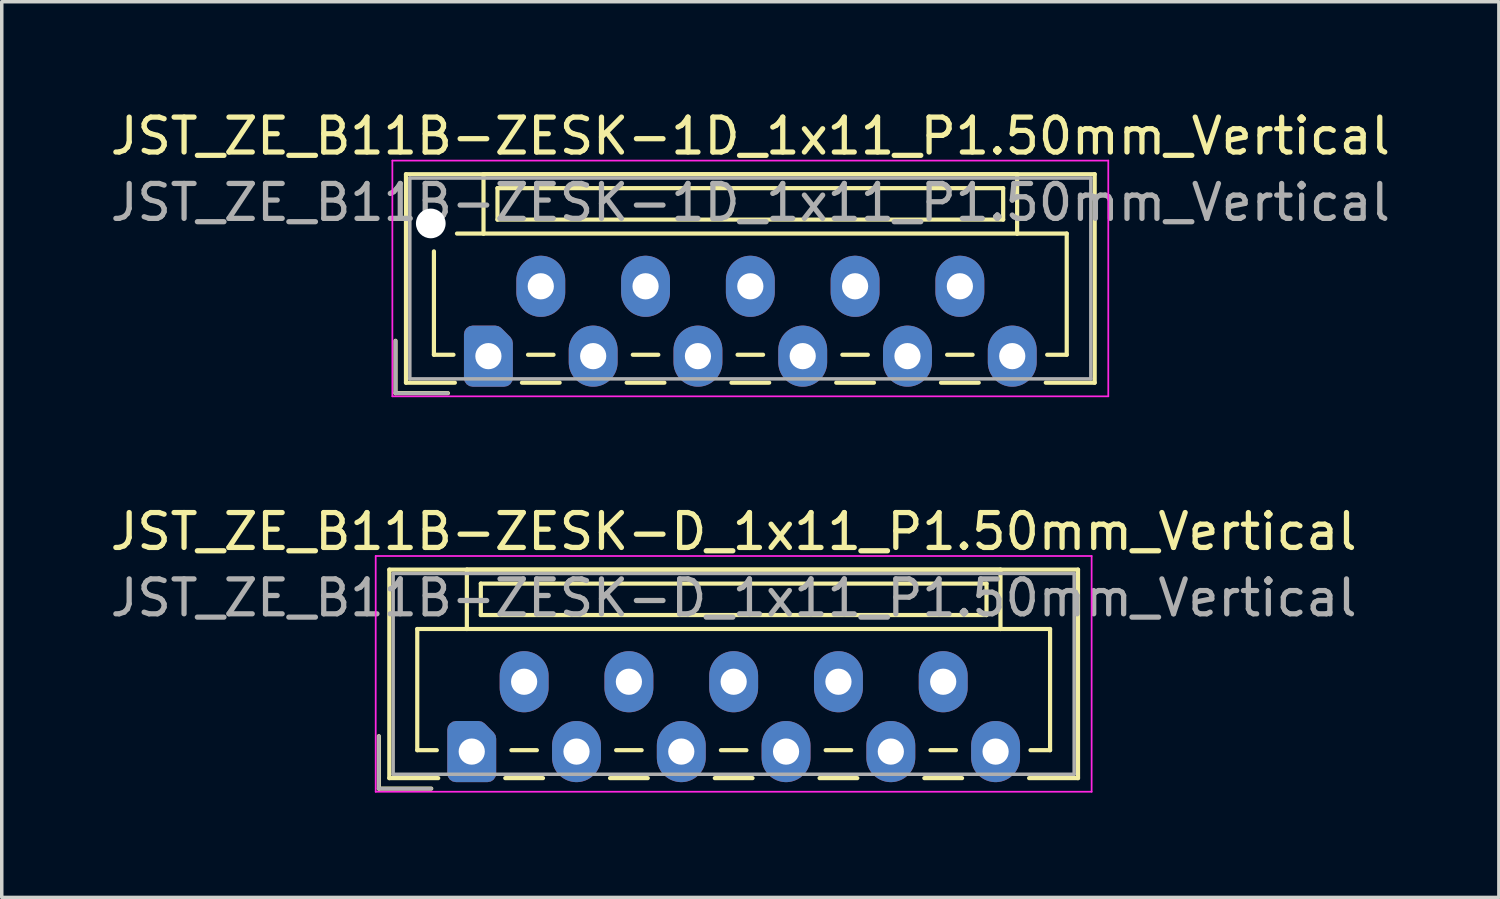
<source format=kicad_pcb>
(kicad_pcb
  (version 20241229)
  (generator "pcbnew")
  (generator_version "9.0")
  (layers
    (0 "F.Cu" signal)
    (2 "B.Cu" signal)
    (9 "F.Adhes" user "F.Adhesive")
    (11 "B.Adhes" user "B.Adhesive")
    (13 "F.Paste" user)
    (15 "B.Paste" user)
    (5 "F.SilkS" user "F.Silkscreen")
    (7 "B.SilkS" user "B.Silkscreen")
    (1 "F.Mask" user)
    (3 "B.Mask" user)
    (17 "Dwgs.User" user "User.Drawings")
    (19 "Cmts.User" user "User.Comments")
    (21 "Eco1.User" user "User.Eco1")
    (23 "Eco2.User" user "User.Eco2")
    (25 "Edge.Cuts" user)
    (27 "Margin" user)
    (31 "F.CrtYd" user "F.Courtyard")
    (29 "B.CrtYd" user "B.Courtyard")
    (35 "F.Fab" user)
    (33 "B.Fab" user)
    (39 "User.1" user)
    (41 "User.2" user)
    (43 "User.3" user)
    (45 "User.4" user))
  (footprint "JST_ZE_B11B-ZESK-1D_1x11_P1.50mm_Vertical"
    (layer "F.Cu")
    (at 10.935 7.148)
    (property "Reference" "JST_ZE_B11B-ZESK-1D_1x11_P1.50mm_Vertical" (at 7.5 -6.3 0) (layer "F.SilkS") (effects (font (size 1 1) (thickness 0.15))))
    (attr through_hole)
    (fp_line (start -2.66 -0.44) (end -2.66 1.06) (stroke (width 0.12) (type solid)) (layer "F.SilkS"))
    (fp_line (start -2.66 1.06) (end -1.16 1.06) (stroke (width 0.12) (type solid)) (layer "F.SilkS"))
    (fp_line (start -2.36 -5.21) (end 17.36 -5.21) (stroke (width 0.12) (type solid)) (layer "F.SilkS"))
    (fp_line (start -2.36 0.76) (end -2.36 -5.21) (stroke (width 0.12) (type solid)) (layer "F.SilkS"))
    (fp_line (start -1.56 -3) (end -1.56 -0.04) (stroke (width 0.12) (type solid)) (layer "F.SilkS"))
    (fp_line (start -1.56 -0.04) (end -1 -0.04) (stroke (width 0.12) (type solid)) (layer "F.SilkS"))
    (fp_line (start -0.96 0.76) (end -2.36 0.76) (stroke (width 0.12) (type solid)) (layer "F.SilkS"))
    (fp_line (start -0.14 -5.21) (end -0.14 -3.51) (stroke (width 0.12) (type solid)) (layer "F.SilkS"))
    (fp_line (start -0.14 -3.51) (end -0.9 -3.51) (stroke (width 0.12) (type solid)) (layer "F.SilkS"))
    (fp_line (start -0.14 -3.51) (end 15.14 -3.51) (stroke (width 0.12) (type solid)) (layer "F.SilkS"))
    (fp_line (start 0.26 -4.81) (end 0.26 -3.91) (stroke (width 0.12) (type solid)) (layer "F.SilkS"))
    (fp_line (start 0.26 -3.91) (end 14.74 -3.91) (stroke (width 0.12) (type solid)) (layer "F.SilkS"))
    (fp_line (start 0.96 0.76) (end 2.04 0.76) (stroke (width 0.12) (type solid)) (layer "F.SilkS"))
    (fp_line (start 1.135 -0.04) (end 1.865 -0.04) (stroke (width 0.12) (type solid)) (layer "F.SilkS"))
    (fp_line (start 3.96 0.76) (end 5.04 0.76) (stroke (width 0.12) (type solid)) (layer "F.SilkS"))
    (fp_line (start 4.135 -0.04) (end 4.865 -0.04) (stroke (width 0.12) (type solid)) (layer "F.SilkS"))
    (fp_line (start 6.96 0.76) (end 8.04 0.76) (stroke (width 0.12) (type solid)) (layer "F.SilkS"))
    (fp_line (start 7.135 -0.04) (end 7.865 -0.04) (stroke (width 0.12) (type solid)) (layer "F.SilkS"))
    (fp_line (start 9.96 0.76) (end 11.04 0.76) (stroke (width 0.12) (type solid)) (layer "F.SilkS"))
    (fp_line (start 10.135 -0.04) (end 10.865 -0.04) (stroke (width 0.12) (type solid)) (layer "F.SilkS"))
    (fp_line (start 12.96 0.76) (end 14.04 0.76) (stroke (width 0.12) (type solid)) (layer "F.SilkS"))
    (fp_line (start 13.135 -0.04) (end 13.865 -0.04) (stroke (width 0.12) (type solid)) (layer "F.SilkS"))
    (fp_line (start 14.74 -4.81) (end 0.26 -4.81) (stroke (width 0.12) (type solid)) (layer "F.SilkS"))
    (fp_line (start 14.74 -3.91) (end 14.74 -4.81) (stroke (width 0.12) (type solid)) (layer "F.SilkS"))
    (fp_line (start 15.14 -5.21) (end -0.14 -5.21) (stroke (width 0.12) (type solid)) (layer "F.SilkS"))
    (fp_line (start 15.14 -3.51) (end 15.14 -5.21) (stroke (width 0.12) (type solid)) (layer "F.SilkS"))
    (fp_line (start 15.14 -3.51) (end 16.56 -3.51) (stroke (width 0.12) (type solid)) (layer "F.SilkS"))
    (fp_line (start 16.56 -3.51) (end 16.56 -0.04) (stroke (width 0.12) (type solid)) (layer "F.SilkS"))
    (fp_line (start 16.56 -0.04) (end 16 -0.04) (stroke (width 0.12) (type solid)) (layer "F.SilkS"))
    (fp_line (start 17.36 -5.21) (end 17.36 0.76) (stroke (width 0.12) (type solid)) (layer "F.SilkS"))
    (fp_line (start 17.36 0.76) (end 15.96 0.76) (stroke (width 0.12) (type solid)) (layer "F.SilkS"))
    (fp_line (start -2.75 -5.6) (end -2.75 1.15) (stroke (width 0.05) (type solid)) (layer "F.CrtYd"))
    (fp_line (start -2.75 1.15) (end 17.75 1.15) (stroke (width 0.05) (type solid)) (layer "F.CrtYd"))
    (fp_line (start 17.75 -5.6) (end -2.75 -5.6) (stroke (width 0.05) (type solid)) (layer "F.CrtYd"))
    (fp_line (start 17.75 1.15) (end 17.75 -5.6) (stroke (width 0.05) (type solid)) (layer "F.CrtYd"))
    (fp_line (start -2.66 -0.44) (end -2.66 1.06) (stroke (width 0.1) (type solid)) (layer "F.Fab"))
    (fp_line (start -2.66 1.06) (end -1.16 1.06) (stroke (width 0.1) (type solid)) (layer "F.Fab"))
    (fp_line (start -2.25 -5.1) (end -2.25 0.65) (stroke (width 0.1) (type solid)) (layer "F.Fab"))
    (fp_line (start -2.25 0.65) (end 17.25 0.65) (stroke (width 0.1) (type solid)) (layer "F.Fab"))
    (fp_line (start 17.25 -5.1) (end -2.25 -5.1) (stroke (width 0.1) (type solid)) (layer "F.Fab"))
    (fp_line (start 17.25 0.65) (end 17.25 -5.1) (stroke (width 0.1) (type solid)) (layer "F.Fab"))
    (fp_text user "${REFERENCE}" (at 7.5 -4.4 0) (layer "F.Fab") (effects (font (size 1 1) (thickness 0.15))))
    (pad "" np_thru_hole circle (at -1.65 -3.8) (size 0.85 0.85) (drill 0.85) (layers "*.Cu" "*.Mask"))
    (pad "1" thru_hole custom (at 0 0) (size 1.117 1.117) (drill 0.75) (layers "*.Cu" "*.Mask") (options (anchor circle)) (primitives (gr_poly (pts (xy -0.45 -0.625) (xy 0.196 -0.625) (xy 0.45 -0.371) (xy 0.45 0.625) (xy -0.45 0.625)) (width 0.5) (fill yes))))
    (pad "2" thru_hole oval (at 1.5 -2) (size 1.4 1.75) (drill 0.75) (layers "*.Cu" "*.Mask"))
    (pad "3" thru_hole oval (at 3 0) (size 1.4 1.75) (drill 0.75) (layers "*.Cu" "*.Mask"))
    (pad "4" thru_hole oval (at 4.5 -2) (size 1.4 1.75) (drill 0.75) (layers "*.Cu" "*.Mask"))
    (pad "5" thru_hole oval (at 6 0) (size 1.4 1.75) (drill 0.75) (layers "*.Cu" "*.Mask"))
    (pad "6" thru_hole oval (at 7.5 -2) (size 1.4 1.75) (drill 0.75) (layers "*.Cu" "*.Mask"))
    (pad "7" thru_hole oval (at 9 0) (size 1.4 1.75) (drill 0.75) (layers "*.Cu" "*.Mask"))
    (pad "8" thru_hole oval (at 10.5 -2) (size 1.4 1.75) (drill 0.75) (layers "*.Cu" "*.Mask"))
    (pad "9" thru_hole oval (at 12 0) (size 1.4 1.75) (drill 0.75) (layers "*.Cu" "*.Mask"))
    (pad "10" thru_hole oval (at 13.5 -2) (size 1.4 1.75) (drill 0.75) (layers "*.Cu" "*.Mask"))
    (pad "11" thru_hole oval (at 15 0) (size 1.4 1.75) (drill 0.75) (layers "*.Cu" "*.Mask")))
  (footprint "JST_ZE_B11B-ZESK-D_1x11_P1.50mm_Vertical"
    (layer "F.Cu")
    (at 10.458 18.471)
    (property "Reference" "JST_ZE_B11B-ZESK-D_1x11_P1.50mm_Vertical" (at 7.5 -6.3 0) (layer "F.SilkS") (effects (font (size 1 1) (thickness 0.15))))
    (attr through_hole)
    (fp_line (start -2.66 -0.44) (end -2.66 1.06) (stroke (width 0.12) (type solid)) (layer "F.SilkS"))
    (fp_line (start -2.66 1.06) (end -1.16 1.06) (stroke (width 0.12) (type solid)) (layer "F.SilkS"))
    (fp_line (start -2.36 -5.21) (end 17.36 -5.21) (stroke (width 0.12) (type solid)) (layer "F.SilkS"))
    (fp_line (start -2.36 0.76) (end -2.36 -5.21) (stroke (width 0.12) (type solid)) (layer "F.SilkS"))
    (fp_line (start -1.56 -3.51) (end -1.56 -0.04) (stroke (width 0.12) (type solid)) (layer "F.SilkS"))
    (fp_line (start -1.56 -0.04) (end -1 -0.04) (stroke (width 0.12) (type solid)) (layer "F.SilkS"))
    (fp_line (start -0.96 0.76) (end -2.36 0.76) (stroke (width 0.12) (type solid)) (layer "F.SilkS"))
    (fp_line (start -0.14 -5.21) (end -0.14 -3.51) (stroke (width 0.12) (type solid)) (layer "F.SilkS"))
    (fp_line (start -0.14 -3.51) (end -1.56 -3.51) (stroke (width 0.12) (type solid)) (layer "F.SilkS"))
    (fp_line (start -0.14 -3.51) (end 15.14 -3.51) (stroke (width 0.12) (type solid)) (layer "F.SilkS"))
    (fp_line (start 0.26 -4.81) (end 0.26 -3.91) (stroke (width 0.12) (type solid)) (layer "F.SilkS"))
    (fp_line (start 0.26 -3.91) (end 14.74 -3.91) (stroke (width 0.12) (type solid)) (layer "F.SilkS"))
    (fp_line (start 0.96 0.76) (end 2.04 0.76) (stroke (width 0.12) (type solid)) (layer "F.SilkS"))
    (fp_line (start 1.135 -0.04) (end 1.865 -0.04) (stroke (width 0.12) (type solid)) (layer "F.SilkS"))
    (fp_line (start 3.96 0.76) (end 5.04 0.76) (stroke (width 0.12) (type solid)) (layer "F.SilkS"))
    (fp_line (start 4.135 -0.04) (end 4.865 -0.04) (stroke (width 0.12) (type solid)) (layer "F.SilkS"))
    (fp_line (start 6.96 0.76) (end 8.04 0.76) (stroke (width 0.12) (type solid)) (layer "F.SilkS"))
    (fp_line (start 7.135 -0.04) (end 7.865 -0.04) (stroke (width 0.12) (type solid)) (layer "F.SilkS"))
    (fp_line (start 9.96 0.76) (end 11.04 0.76) (stroke (width 0.12) (type solid)) (layer "F.SilkS"))
    (fp_line (start 10.135 -0.04) (end 10.865 -0.04) (stroke (width 0.12) (type solid)) (layer "F.SilkS"))
    (fp_line (start 12.96 0.76) (end 14.04 0.76) (stroke (width 0.12) (type solid)) (layer "F.SilkS"))
    (fp_line (start 13.135 -0.04) (end 13.865 -0.04) (stroke (width 0.12) (type solid)) (layer "F.SilkS"))
    (fp_line (start 14.74 -4.81) (end 0.26 -4.81) (stroke (width 0.12) (type solid)) (layer "F.SilkS"))
    (fp_line (start 14.74 -3.91) (end 14.74 -4.81) (stroke (width 0.12) (type solid)) (layer "F.SilkS"))
    (fp_line (start 15.14 -5.21) (end -0.14 -5.21) (stroke (width 0.12) (type solid)) (layer "F.SilkS"))
    (fp_line (start 15.14 -3.51) (end 15.14 -5.21) (stroke (width 0.12) (type solid)) (layer "F.SilkS"))
    (fp_line (start 15.14 -3.51) (end 16.56 -3.51) (stroke (width 0.12) (type solid)) (layer "F.SilkS"))
    (fp_line (start 16.56 -3.51) (end 16.56 -0.04) (stroke (width 0.12) (type solid)) (layer "F.SilkS"))
    (fp_line (start 16.56 -0.04) (end 16 -0.04) (stroke (width 0.12) (type solid)) (layer "F.SilkS"))
    (fp_line (start 17.36 -5.21) (end 17.36 0.76) (stroke (width 0.12) (type solid)) (layer "F.SilkS"))
    (fp_line (start 17.36 0.76) (end 15.96 0.76) (stroke (width 0.12) (type solid)) (layer "F.SilkS"))
    (fp_line (start -2.75 -5.6) (end -2.75 1.15) (stroke (width 0.05) (type solid)) (layer "F.CrtYd"))
    (fp_line (start -2.75 1.15) (end 17.75 1.15) (stroke (width 0.05) (type solid)) (layer "F.CrtYd"))
    (fp_line (start 17.75 -5.6) (end -2.75 -5.6) (stroke (width 0.05) (type solid)) (layer "F.CrtYd"))
    (fp_line (start 17.75 1.15) (end 17.75 -5.6) (stroke (width 0.05) (type solid)) (layer "F.CrtYd"))
    (fp_line (start -2.66 -0.44) (end -2.66 1.06) (stroke (width 0.1) (type solid)) (layer "F.Fab"))
    (fp_line (start -2.66 1.06) (end -1.16 1.06) (stroke (width 0.1) (type solid)) (layer "F.Fab"))
    (fp_line (start -2.25 -5.1) (end -2.25 0.65) (stroke (width 0.1) (type solid)) (layer "F.Fab"))
    (fp_line (start -2.25 0.65) (end 17.25 0.65) (stroke (width 0.1) (type solid)) (layer "F.Fab"))
    (fp_line (start 17.25 -5.1) (end -2.25 -5.1) (stroke (width 0.1) (type solid)) (layer "F.Fab"))
    (fp_line (start 17.25 0.65) (end 17.25 -5.1) (stroke (width 0.1) (type solid)) (layer "F.Fab"))
    (fp_text user "${REFERENCE}" (at 7.5 -4.4 0) (layer "F.Fab") (effects (font (size 1 1) (thickness 0.15))))
    (pad "1" thru_hole custom (at 0 0) (size 1.117 1.117) (drill 0.75) (layers "*.Cu" "*.Mask") (options (anchor circle)) (primitives (gr_poly (pts (xy -0.45 -0.625) (xy 0.196 -0.625) (xy 0.45 -0.371) (xy 0.45 0.625) (xy -0.45 0.625)) (width 0.5) (fill yes))))
    (pad "2" thru_hole oval (at 1.5 -2) (size 1.4 1.75) (drill 0.75) (layers "*.Cu" "*.Mask"))
    (pad "3" thru_hole oval (at 3 0) (size 1.4 1.75) (drill 0.75) (layers "*.Cu" "*.Mask"))
    (pad "4" thru_hole oval (at 4.5 -2) (size 1.4 1.75) (drill 0.75) (layers "*.Cu" "*.Mask"))
    (pad "5" thru_hole oval (at 6 0) (size 1.4 1.75) (drill 0.75) (layers "*.Cu" "*.Mask"))
    (pad "6" thru_hole oval (at 7.5 -2) (size 1.4 1.75) (drill 0.75) (layers "*.Cu" "*.Mask"))
    (pad "7" thru_hole oval (at 9 0) (size 1.4 1.75) (drill 0.75) (layers "*.Cu" "*.Mask"))
    (pad "8" thru_hole oval (at 10.5 -2) (size 1.4 1.75) (drill 0.75) (layers "*.Cu" "*.Mask"))
    (pad "9" thru_hole oval (at 12 0) (size 1.4 1.75) (drill 0.75) (layers "*.Cu" "*.Mask"))
    (pad "10" thru_hole oval (at 13.5 -2) (size 1.4 1.75) (drill 0.75) (layers "*.Cu" "*.Mask"))
    (pad "11" thru_hole oval (at 15 0) (size 1.4 1.75) (drill 0.75) (layers "*.Cu" "*.Mask")))
  (gr_rect
    (start -3 -3)
    (end 39.869 22.646)
    (stroke (width 0.1) (type default))
    (fill no)
    (layer "Edge.Cuts")))
</source>
